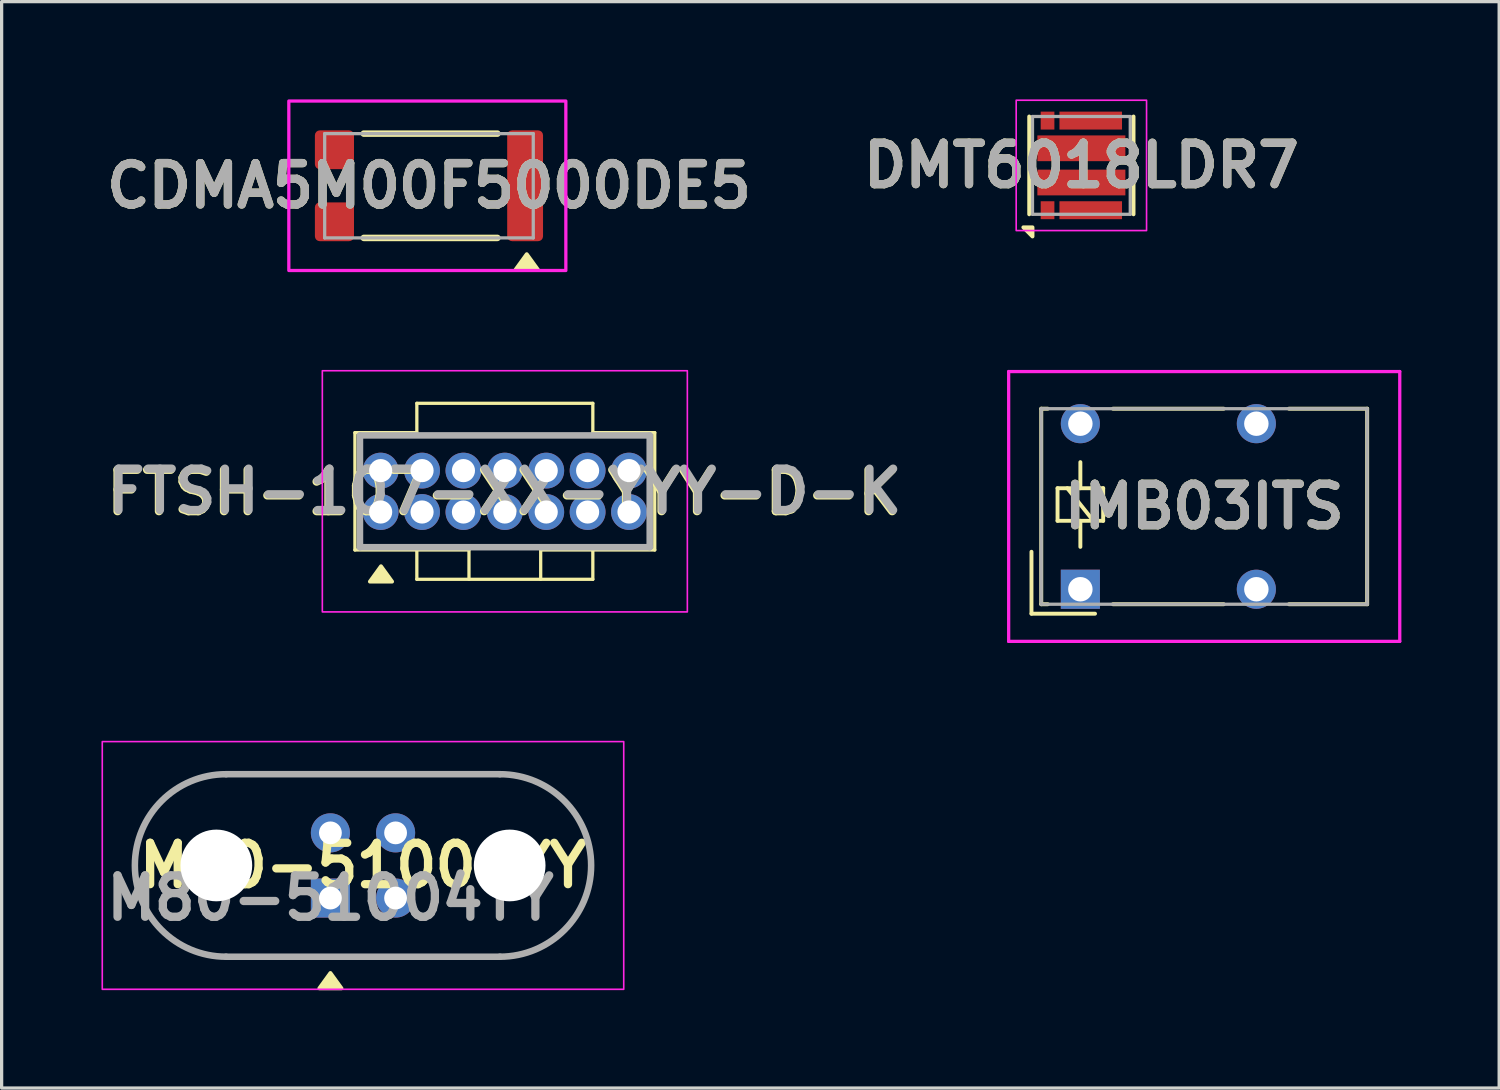
<source format=kicad_pcb>
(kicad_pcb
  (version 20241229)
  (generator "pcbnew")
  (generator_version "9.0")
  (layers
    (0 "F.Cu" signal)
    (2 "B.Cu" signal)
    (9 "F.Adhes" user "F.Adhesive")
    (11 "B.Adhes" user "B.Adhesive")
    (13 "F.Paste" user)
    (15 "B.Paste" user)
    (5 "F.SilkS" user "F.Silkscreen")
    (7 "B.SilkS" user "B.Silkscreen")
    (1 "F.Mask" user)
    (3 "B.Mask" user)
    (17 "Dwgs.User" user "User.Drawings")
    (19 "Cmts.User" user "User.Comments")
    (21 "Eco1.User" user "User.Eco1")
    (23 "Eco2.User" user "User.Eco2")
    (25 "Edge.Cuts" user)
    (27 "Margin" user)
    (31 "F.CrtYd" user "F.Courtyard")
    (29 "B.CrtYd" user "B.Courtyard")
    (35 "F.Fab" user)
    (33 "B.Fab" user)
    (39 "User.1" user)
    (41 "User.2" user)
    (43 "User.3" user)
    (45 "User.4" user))
  (footprint "CDMA5M00F5000DE5"
    (layer "F.Cu")
    (at 10.112 2.65)
    (property "Reference" "CDMA5M00F5000DE5" (at 0 0 0) (layer "F.SilkS") (effects (font (size 1.27 1.27) (thickness 0.254))))
    (attr smd)
    (fp_line (start -2 -1.6) (end 2.1 -1.6) (stroke (width 0.2) (type solid)) (layer "F.SilkS"))
    (fp_line (start 2.1 1.6) (end -2 1.6) (stroke (width 0.2) (type solid)) (layer "F.SilkS"))
    (fp_poly (pts (xy 3 2.1) (xy 3.34 2.57) (xy 2.66 2.57) (xy 3 2.1)) (stroke (width 0.12) (type solid)) (fill yes) (layer "F.SilkS"))
    (fp_rect (start -4.3 -2.6) (end 4.2 2.6) (stroke (width 0.1) (type default)) (fill no) (layer "F.CrtYd"))
    (fp_line (start -3.2 -1.6) (end -3.2 1.6) (stroke (width 0.1) (type solid)) (layer "F.Fab"))
    (fp_line (start -3.2 1.6) (end 3.2 1.6) (stroke (width 0.1) (type solid)) (layer "F.Fab"))
    (fp_line (start 3.2 -1.6) (end -3.2 -1.6) (stroke (width 0.1) (type solid)) (layer "F.Fab"))
    (fp_line (start 3.2 1.6) (end 3.2 -1.6) (stroke (width 0.1) (type solid)) (layer "F.Fab"))
    (fp_text user "${REFERENCE}" (at 0 0 0) (layer "F.Fab") (effects (font (size 1.27 1.27) (thickness 0.254))))
    (pad "1" smd roundrect (at 2.95 0) (size 1.1 3.4) (layers "F.Cu" "F.Mask" "F.Paste") (roundrect_rratio 0.136))
    (pad "2" smd roundrect (at -2.9 -1.105 90) (size 1.19 1.2) (layers "F.Cu" "F.Mask" "F.Paste") (roundrect_rratio 0.126))
    (pad "3" smd roundrect (at -2.9 1.105 90) (size 1.19 1.2) (layers "F.Cu" "F.Mask" "F.Paste") (roundrect_rratio 0.126)))
  (footprint "DMT6018LDR7"
    (layer "F.Cu")
    (at 30.13 2.025)
    (property "Reference" "DMT6018LDR7" (at 0 0 0) (layer "F.SilkS") (effects (font (size 1.27 1.27) (thickness 0.254))))
    (attr smd)
    (fp_line (start -1.6 -1.5) (end -1.6 1.5) (stroke (width 0.12) (type solid)) (layer "F.SilkS"))
    (fp_line (start 1.6 -1.5) (end 1.6 1.5) (stroke (width 0.12) (type solid)) (layer "F.SilkS"))
    (fp_poly (pts (xy -1.5 1.9) (xy -1.5 2.18) (xy -1.78 1.9) (xy -1.5 1.9)) (stroke (width 0.12) (type solid)) (fill yes) (layer "F.SilkS"))
    (fp_rect (start -2 -2) (end 2 2) (stroke (width 0.05) (type default)) (fill no) (layer "F.CrtYd"))
    (fp_line (start -1.5 -1.5) (end 1.5 -1.5) (stroke (width 0.1) (type solid)) (layer "F.Fab"))
    (fp_line (start -1.5 1.5) (end -1.5 -1.5) (stroke (width 0.1) (type solid)) (layer "F.Fab"))
    (fp_line (start 1.5 -1.5) (end 1.5 1.5) (stroke (width 0.1) (type solid)) (layer "F.Fab"))
    (fp_line (start 1.5 1.5) (end -1.5 1.5) (stroke (width 0.1) (type solid)) (layer "F.Fab"))
    (fp_text user "${REFERENCE}" (at 0 0 0) (layer "F.Fab") (effects (font (size 1.27 1.27) (thickness 0.254))))
    (pad "1" smd rect (at -1.038 1.375) (size 0.42 0.55) (layers "F.Cu" "F.Mask" "F.Paste"))
    (pad "2" smd rect (at 0.287 1.375 90) (size 0.55 1.92) (layers "F.Cu" "F.Mask" "F.Paste"))
    (pad "3" smd rect (at 0.287 -1.375 90) (size 0.55 1.92) (layers "F.Cu" "F.Mask" "F.Paste"))
    (pad "4" smd rect (at -1.038 -1.375) (size 0.42 0.55) (layers "F.Cu" "F.Mask" "F.Paste"))
    (pad "5" smd rect (at 0 0.525 90) (size 0.79 2.7) (layers "F.Cu" "F.Mask" "F.Paste"))
    (pad "6" smd rect (at 0 -0.525 90) (size 0.79 2.7) (layers "F.Cu" "F.Mask" "F.Paste")))
  (footprint "M80-51004YY"
    (layer "F.Cu")
    (at 8.088 23.505)
    (property "Reference" "M80-51004YY" (at 0 0 0) (layer "F.SilkS") (effects (font (size 1.27 1.27) (thickness 0.254))))
    (attr through_hole)
    (fp_line (start -4.2 -2.8) (end 4.2 -2.8) (stroke (width 0.1) (type solid)) (layer "F.SilkS"))
    (fp_line (start 4.2 2.8) (end -4.2 2.8) (stroke (width 0.1) (type solid)) (layer "F.SilkS"))
    (fp_arc (start -4.2 2.8) (mid -7 0) (end -4.2 -2.8) (stroke (width 0.1) (type solid)) (layer "F.SilkS"))
    (fp_arc (start 4.2 -2.8) (mid 7 0) (end 4.2 2.8) (stroke (width 0.1) (type solid)) (layer "F.SilkS"))
    (fp_poly (pts (xy -1 3.3) (xy -0.66 3.77) (xy -1.34 3.77) (xy -1 3.3)) (stroke (width 0.12) (type solid)) (fill yes) (layer "F.SilkS"))
    (fp_rect (start -8 -3.8) (end 8 3.8) (stroke (width 0.05) (type default)) (fill no) (layer "F.CrtYd"))
    (fp_line (start -4.2 -2.8) (end 4.2 -2.8) (stroke (width 0.2) (type solid)) (layer "F.Fab"))
    (fp_line (start 4.2 2.8) (end -4.2 2.8) (stroke (width 0.2) (type solid)) (layer "F.Fab"))
    (fp_arc (start -4.2 2.8) (mid -7 0) (end -4.2 -2.8) (stroke (width 0.2) (type solid)) (layer "F.Fab"))
    (fp_arc (start 4.2 -2.8) (mid 7 0) (end 4.2 2.8) (stroke (width 0.2) (type solid)) (layer "F.Fab"))
    (fp_text user "${REFERENCE}" (at -1 1 0) (layer "F.Fab") (effects (font (size 1.27 1.27) (thickness 0.254))))
    (pad "" np_thru_hole circle (at -4.5 0) (size 2.2 2.2) (drill 2.2) (layers "*.Cu" "*.Mask"))
    (pad "" np_thru_hole circle (at 4.5 0) (size 2.2 2.2) (drill 2.2) (layers "*.Cu" "*.Mask"))
    (pad "1" thru_hole rect (at -1 1) (size 1.2 1.2) (drill 0.7) (layers "*.Cu" "*.Mask"))
    (pad "2" thru_hole circle (at 1 1) (size 1.2 1.2) (drill 0.7) (layers "*.Cu" "*.Mask"))
    (pad "3" thru_hole circle (at -1 -1) (size 1.2 1.2) (drill 0.7) (layers "*.Cu" "*.Mask"))
    (pad "4" thru_hole circle (at 1 -1) (size 1.2 1.2) (drill 0.7) (layers "*.Cu" "*.Mask")))
  (footprint "IMB03ITS"
    (layer "F.Cu")
    (at 30.099 15.03)
    (property "Reference" "IMB03ITS" (at 3.8 -2.54 0) (layer "F.SilkS") (effects (font (size 1.27 1.27) (thickness 0.254))))
    (attr through_hole)
    (fp_line (start -1.5 0.75) (end -1.5 -1.15) (stroke (width 0.12) (type solid)) (layer "F.SilkS"))
    (fp_line (start -1.2 -5.54) (end -1.2 0.46) (stroke (width 0.12) (type solid)) (layer "F.SilkS"))
    (fp_line (start -1.2 0.46) (end -1 0.46) (stroke (width 0.12) (type solid)) (layer "F.SilkS"))
    (fp_line (start -1 -5.54) (end -1.2 -5.54) (stroke (width 0.12) (type solid)) (layer "F.SilkS"))
    (fp_line (start -0.7 -3.1) (end -0.7 -2.1) (stroke (width 0.12) (type solid)) (layer "F.SilkS"))
    (fp_line (start -0.7 -2.1) (end 0.7 -2.1) (stroke (width 0.12) (type solid)) (layer "F.SilkS"))
    (fp_line (start 0 -3.1) (end 0 -3.9) (stroke (width 0.12) (type solid)) (layer "F.SilkS"))
    (fp_line (start 0 -2.1) (end 0 -1.3) (stroke (width 0.12) (type solid)) (layer "F.SilkS"))
    (fp_line (start 0.4 -2.1) (end -0.4 -3.1) (stroke (width 0.12) (type solid)) (layer "F.SilkS"))
    (fp_line (start 0.45 0.75) (end -1.5 0.75) (stroke (width 0.12) (type solid)) (layer "F.SilkS"))
    (fp_line (start 0.7 -3.1) (end -0.7 -3.1) (stroke (width 0.12) (type solid)) (layer "F.SilkS"))
    (fp_line (start 0.7 -3.1) (end 0.7 -2.1) (stroke (width 0.12) (type solid)) (layer "F.SilkS"))
    (fp_line (start 1 -5.54) (end 4.4 -5.54) (stroke (width 0.12) (type solid)) (layer "F.SilkS"))
    (fp_line (start 1 0.46) (end 4.4 0.46) (stroke (width 0.12) (type solid)) (layer "F.SilkS"))
    (fp_line (start 6.4 0.46) (end 8.8 0.46) (stroke (width 0.12) (type solid)) (layer "F.SilkS"))
    (fp_line (start 8.8 -5.54) (end 6.4 -5.54) (stroke (width 0.12) (type solid)) (layer "F.SilkS"))
    (fp_line (start 8.8 0.46) (end 8.8 -5.54) (stroke (width 0.12) (type solid)) (layer "F.SilkS"))
    (fp_line (start -2.2 -6.68) (end 9.8 -6.68) (stroke (width 0.1) (type solid)) (layer "F.CrtYd"))
    (fp_line (start -2.2 1.6) (end -2.2 -6.68) (stroke (width 0.1) (type solid)) (layer "F.CrtYd"))
    (fp_line (start 9.8 -6.68) (end 9.8 1.6) (stroke (width 0.1) (type solid)) (layer "F.CrtYd"))
    (fp_line (start 9.8 1.6) (end -2.2 1.6) (stroke (width 0.1) (type solid)) (layer "F.CrtYd"))
    (fp_line (start -1.2 -5.54) (end 8.8 -5.54) (stroke (width 0.1) (type solid)) (layer "F.Fab"))
    (fp_line (start -1.2 0.46) (end -1.2 -5.54) (stroke (width 0.1) (type solid)) (layer "F.Fab"))
    (fp_line (start 8.8 -5.54) (end 8.8 0.46) (stroke (width 0.1) (type solid)) (layer "F.Fab"))
    (fp_line (start 8.8 0.46) (end -1.2 0.46) (stroke (width 0.1) (type solid)) (layer "F.Fab"))
    (fp_text user "${REFERENCE}" (at 3.8 -2.54 0) (layer "F.Fab") (effects (font (size 1.27 1.27) (thickness 0.254))))
    (pad "1" thru_hole rect (at 0 0) (size 1.2 1.2) (drill 0.75) (layers "*.Cu" "*.Mask"))
    (pad "3" thru_hole circle (at 5.4 0) (size 1.2 1.2) (drill 0.75) (layers "*.Cu" "*.Mask"))
    (pad "6" thru_hole circle (at 5.4 -5.08) (size 1.2 1.2) (drill 0.75) (layers "*.Cu" "*.Mask"))
    (pad "8" thru_hole circle (at 0 -5.08) (size 1.2 1.2) (drill 0.75) (layers "*.Cu" "*.Mask")))
  (footprint "FTSH-107-XX-YYY-D-K"
    (layer "F.Cu")
    (at 12.44 12.025)
    (property "Reference" "FTSH-107-XX-YYY-D-K" (at -0.03 0.035 0) (layer "F.SilkS") (effects (font (size 1.27 1.27) (thickness 0.254))))
    (attr through_hole)
    (fp_line (start -4.6 -1.8) (end -4.6 1.8) (stroke (width 0.1) (type solid)) (layer "F.SilkS"))
    (fp_line (start -4.6 -1.8) (end -2.7 -1.8) (stroke (width 0.1) (type solid)) (layer "F.SilkS"))
    (fp_line (start -2.7 -2.7) (end -2.7 -1.8) (stroke (width 0.1) (type solid)) (layer "F.SilkS"))
    (fp_line (start -2.7 -2.7) (end 2.7 -2.7) (stroke (width 0.1) (type solid)) (layer "F.SilkS"))
    (fp_line (start -2.7 1.8) (end -4.6 1.8) (stroke (width 0.1) (type solid)) (layer "F.SilkS"))
    (fp_line (start -2.7 1.8) (end -2.7 2.7) (stroke (width 0.1) (type solid)) (layer "F.SilkS"))
    (fp_line (start -2.7 1.8) (end -1.1 1.8) (stroke (width 0.1) (type solid)) (layer "F.SilkS"))
    (fp_line (start -2.7 2.7) (end 2.7 2.7) (stroke (width 0.1) (type solid)) (layer "F.SilkS"))
    (fp_line (start -1.1 1.8) (end -1.1 2.7) (stroke (width 0.1) (type solid)) (layer "F.SilkS"))
    (fp_line (start 1.1 1.8) (end 1.1 2.7) (stroke (width 0.1) (type solid)) (layer "F.SilkS"))
    (fp_line (start 1.1 1.8) (end 2.7 1.8) (stroke (width 0.1) (type solid)) (layer "F.SilkS"))
    (fp_line (start 2.7 -2.7) (end 2.7 -1.8) (stroke (width 0.1) (type solid)) (layer "F.SilkS"))
    (fp_line (start 2.7 -1.8) (end 4.6 -1.8) (stroke (width 0.1) (type solid)) (layer "F.SilkS"))
    (fp_line (start 2.7 1.8) (end 2.7 2.7) (stroke (width 0.1) (type solid)) (layer "F.SilkS"))
    (fp_line (start 4.6 -1.8) (end 4.6 1.8) (stroke (width 0.1) (type solid)) (layer "F.SilkS"))
    (fp_line (start 4.6 1.8) (end 2.7 1.8) (stroke (width 0.1) (type solid)) (layer "F.SilkS"))
    (fp_poly (pts (xy -3.8 2.3) (xy -3.46 2.77) (xy -4.14 2.77) (xy -3.8 2.3)) (stroke (width 0.12) (type solid)) (fill yes) (layer "F.SilkS"))
    (fp_rect (start -5.6 -3.7) (end 5.6 3.7) (stroke (width 0.05) (type default)) (fill no) (layer "F.CrtYd"))
    (fp_line (start -4.445 -1.715) (end 4.445 -1.715) (stroke (width 0.2) (type solid)) (layer "F.Fab"))
    (fp_line (start -4.445 1.715) (end -4.445 -1.715) (stroke (width 0.2) (type solid)) (layer "F.Fab"))
    (fp_line (start 4.445 -1.715) (end 4.445 1.715) (stroke (width 0.2) (type solid)) (layer "F.Fab"))
    (fp_line (start 4.445 1.715) (end -4.445 1.715) (stroke (width 0.2) (type solid)) (layer "F.Fab"))
    (fp_text user "${REFERENCE}" (at 0 0 0) (layer "F.Fab") (effects (font (size 1.27 1.27) (thickness 0.254))))
    (pad "1" thru_hole circle (at -3.81 0.635) (size 1.1 1.1) (drill 0.71) (layers "*.Cu" "*.Mask"))
    (pad "2" thru_hole circle (at -3.81 -0.635) (size 1.1 1.1) (drill 0.71) (layers "*.Cu" "*.Mask"))
    (pad "3" thru_hole circle (at -2.54 0.635) (size 1.1 1.1) (drill 0.71) (layers "*.Cu" "*.Mask"))
    (pad "4" thru_hole circle (at -2.54 -0.635) (size 1.1 1.1) (drill 0.71) (layers "*.Cu" "*.Mask"))
    (pad "5" thru_hole circle (at -1.27 0.635) (size 1.1 1.1) (drill 0.71) (layers "*.Cu" "*.Mask"))
    (pad "6" thru_hole circle (at -1.27 -0.635) (size 1.1 1.1) (drill 0.71) (layers "*.Cu" "*.Mask"))
    (pad "7" thru_hole circle (at 0 0.635) (size 1.1 1.1) (drill 0.71) (layers "*.Cu" "*.Mask"))
    (pad "8" thru_hole circle (at 0 -0.635) (size 1.1 1.1) (drill 0.71) (layers "*.Cu" "*.Mask"))
    (pad "9" thru_hole circle (at 1.27 0.635) (size 1.1 1.1) (drill 0.71) (layers "*.Cu" "*.Mask"))
    (pad "10" thru_hole circle (at 1.27 -0.635) (size 1.1 1.1) (drill 0.71) (layers "*.Cu" "*.Mask"))
    (pad "11" thru_hole circle (at 2.54 0.635) (size 1.1 1.1) (drill 0.71) (layers "*.Cu" "*.Mask"))
    (pad "12" thru_hole circle (at 2.54 -0.635) (size 1.1 1.1) (drill 0.71) (layers "*.Cu" "*.Mask"))
    (pad "13" thru_hole circle (at 3.81 0.635) (size 1.1 1.1) (drill 0.71) (layers "*.Cu" "*.Mask"))
    (pad "14" thru_hole circle (at 3.81 -0.635) (size 1.1 1.1) (drill 0.71) (layers "*.Cu" "*.Mask")))
  (gr_rect
    (start -3 -3)
    (end 42.949 30.335)
    (stroke (width 0.1) (type default))
    (fill no)
    (layer "Edge.Cuts")))
</source>
